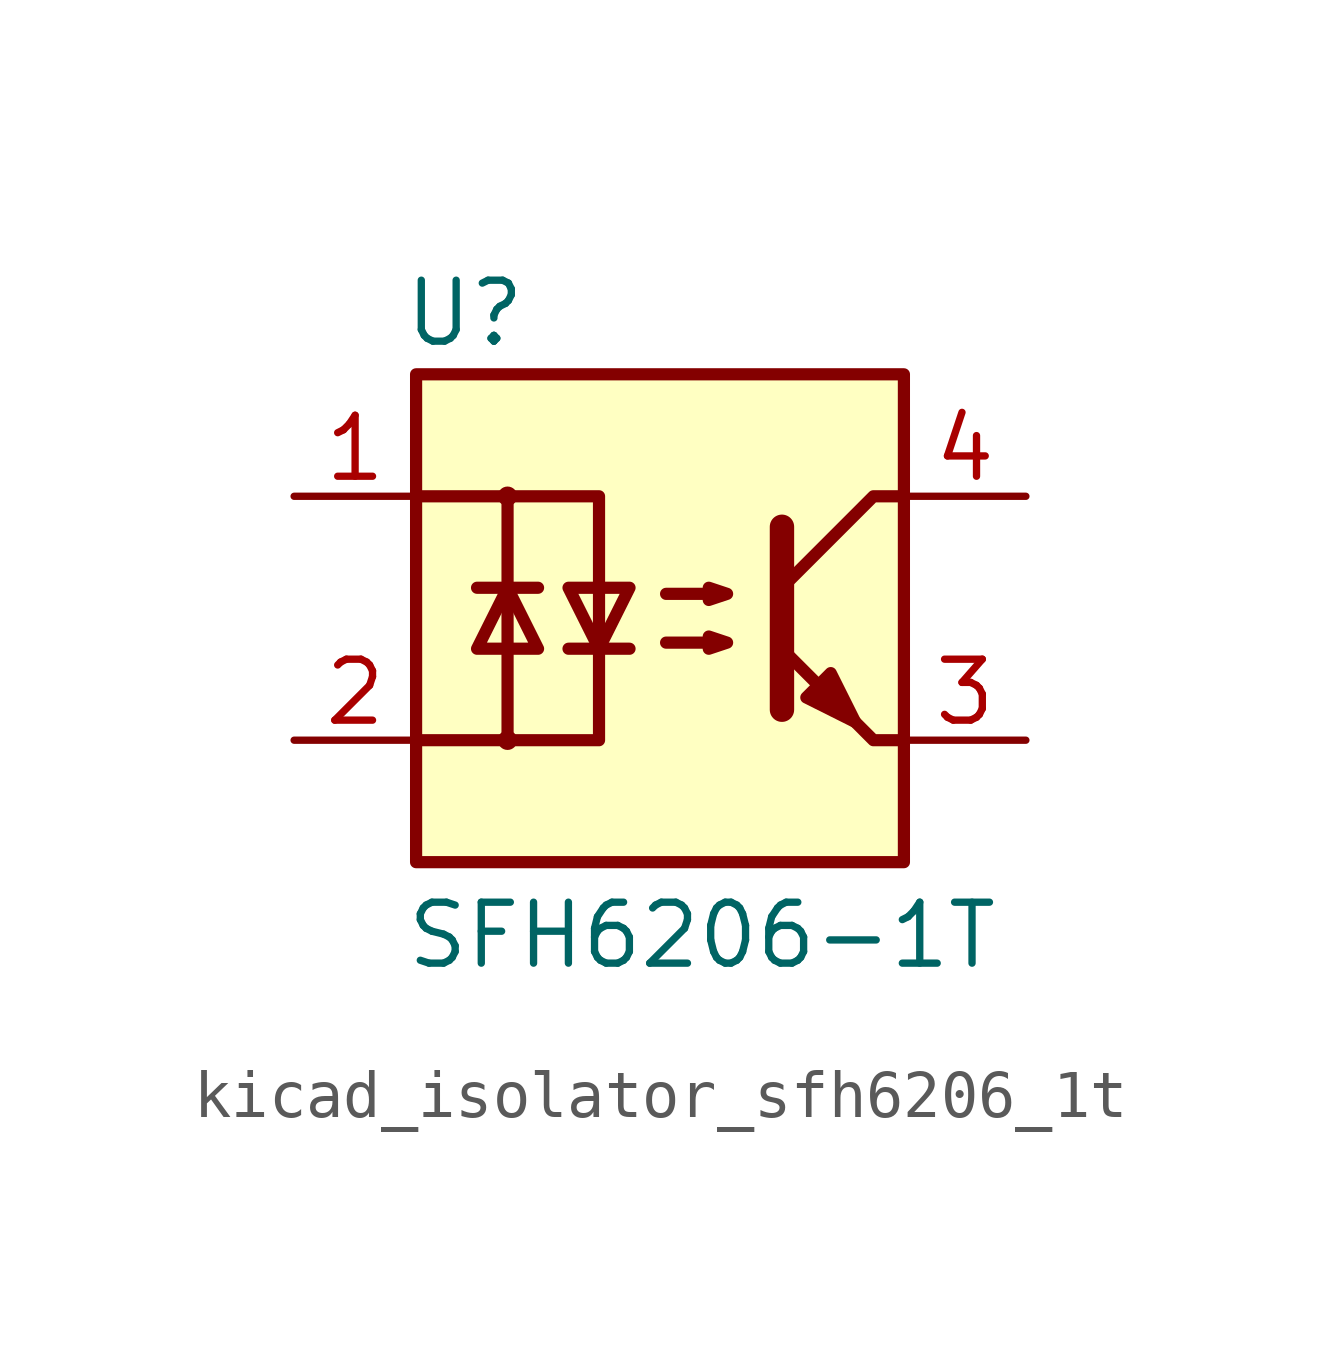
<source format=kicad_sym>
(kicad_symbol_lib
  (version 20220914)
  (generator kicad_symbol_editor)
  (symbol "kicad_isolator_sfh6206_1t"
    (pin_names
      (offset 1.016))
    (property "Reference" "U"
      (at -4.064 6.35 0)
      (effects (font (size 1.27 1.27))))
    (property "Value" "SFH6206-1T"
      (at -5.334 -6.604 0)
      (effects (font (size 1.27 1.27)) (justify left)))
    (symbol "kicad_isolator_sfh6206_1t_1_1"
      (rectangle (start -5.08 5.08) (end 5.08 -5.08) (stroke (width 0.254) (type default)) (fill (type background)))
      (circle (center -3.175 -2.54) (radius 0.127) (stroke (width 0) (type default)) (fill (type none)))
      (circle (center -3.175 2.54) (radius 0.127) (stroke (width 0) (type default)) (fill (type none)))
      (polyline (pts (xy -3.81 0.635) (xy -2.54 0.635)) (stroke (width 0.254) (type default)) (fill (type none)))
      (polyline (pts (xy -1.905 -0.635) (xy -0.635 -0.635)) (stroke (width 0.254) (type default)) (fill (type none)))
      (polyline (pts (xy 2.54 1.905) (xy 2.54 -1.905) (xy 2.54 -1.905)) (stroke (width 0.508) (type default)) (fill (type none)))
      (polyline (pts (xy 5.08 -2.54) (xy 4.445 -2.54) (xy 2.54 -0.635)) (stroke (width 0.254) (type default)) (fill (type none)))
      (polyline (pts (xy 5.08 2.54) (xy 4.445 2.54) (xy 2.54 0.635)) (stroke (width 0.254) (type default)) (fill (type none)))
      (polyline (pts (xy -5.08 2.54) (xy -3.175 2.54) (xy -3.175 -2.54) (xy -5.08 -2.54)) (stroke (width 0.254) (type default)) (fill (type none)))
      (polyline (pts (xy -3.175 -2.54) (xy -1.27 -2.54) (xy -1.27 2.54) (xy -3.175 2.54)) (stroke (width 0.254) (type default)) (fill (type none)))
      (polyline (pts (xy -3.175 0.635) (xy -3.81 -0.635) (xy -2.54 -0.635) (xy -3.175 0.635)) (stroke (width 0.254) (type default)) (fill (type none)))
      (polyline (pts (xy -1.27 -0.635) (xy -1.905 0.635) (xy -0.635 0.635) (xy -1.27 -0.635)) (stroke (width 0.254) (type default)) (fill (type none)))
      (polyline (pts (xy 0.127 -0.508) (xy 1.397 -0.508) (xy 1.016 -0.635) (xy 1.016 -0.381) (xy 1.397 -0.508)) (stroke (width 0.254) (type default)) (fill (type none)))
      (polyline (pts (xy 0.127 0.508) (xy 1.397 0.508) (xy 1.016 0.381) (xy 1.016 0.635) (xy 1.397 0.508)) (stroke (width 0.254) (type default)) (fill (type none)))
      (polyline (pts (xy 3.048 -1.651) (xy 3.556 -1.143) (xy 4.064 -2.159) (xy 3.048 -1.651) (xy 3.048 -1.651)) (stroke (width 0.254) (type default)) (fill (type outline)))
      (pin passive line (at -7.62 2.54 0) (length 2.54) (name "~" (effects (font (size 1.27 1.27)))) (number "1" (effects (font (size 1.27 1.27)))))
      (pin passive line (at -7.62 -2.54 0) (length 2.54) (name "~" (effects (font (size 1.27 1.27)))) (number "2" (effects (font (size 1.27 1.27)))))
      (pin passive line (at 7.62 -2.54 180) (length 2.54) (name "~" (effects (font (size 1.27 1.27)))) (number "3" (effects (font (size 1.27 1.27)))))
      (pin passive line (at 7.62 2.54 180) (length 2.54) (name "~" (effects (font (size 1.27 1.27)))) (number "4" (effects (font (size 1.27 1.27))))))))
</source>
